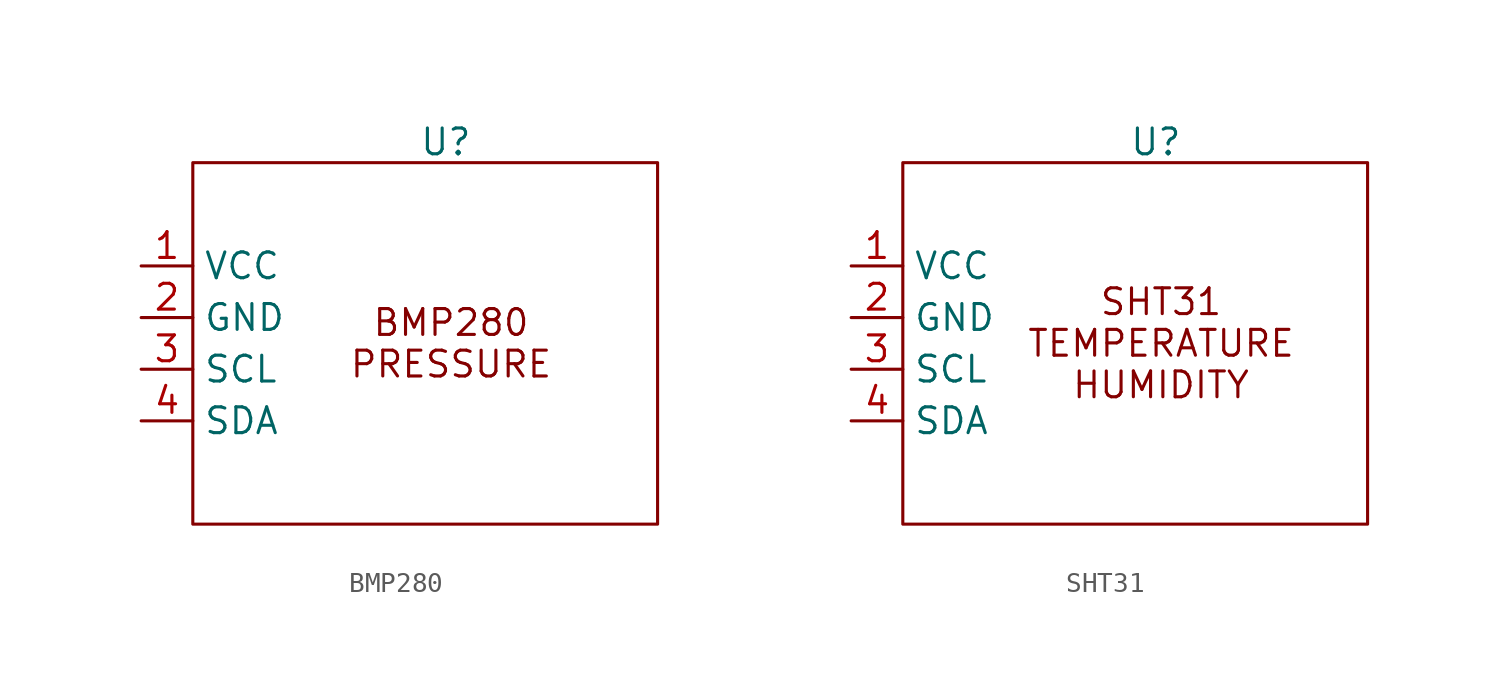
<source format=kicad_sym>
(kicad_symbol_lib
  (version 20231120)
  (generator "kicad_symbol_editor")
  (generator_version "8.0")
  (symbol "BMP280"
    (property "Reference" "U"
      (at 14.986 6.096 0)
      (effects (font (size 1.27 1.27))))
    (property "Value" ""
      (at 2.54 -11.43 0)
      (effects (font (size 1.27 1.27))))
    (symbol "BMP280_0_1"
      (rectangle (start 2.54 5.08) (end 25.4 -12.7) (stroke (width 0) (type default)) (fill (type none))))
    (symbol "BMP280_1_1"
      (text "BMP280\nPRESSURE" (at 15.24 -3.81 0) (effects (font (size 1.27 1.27))))
      (pin power_in line (at 0 0 0) (length 2.54) (name "VCC" (effects (font (size 1.27 1.27)))) (number "1" (effects (font (size 1.27 1.27)))))
      (pin power_in line (at 0 -2.54 0) (length 2.54) (name "GND" (effects (font (size 1.27 1.27)))) (number "2" (effects (font (size 1.27 1.27)))))
      (pin bidirectional line (at 0 -5.08 0) (length 2.54) (name "SCL" (effects (font (size 1.27 1.27)))) (number "3" (effects (font (size 1.27 1.27)))))
      (pin bidirectional line (at 0 -7.62 0) (length 2.54) (name "SDA" (effects (font (size 1.27 1.27)))) (number "4" (effects (font (size 1.27 1.27)))))))
  (symbol "SHT31"
    (property "Reference" "U"
      (at 14.986 6.096 0)
      (effects (font (size 1.27 1.27))))
    (property "Value" ""
      (at 2.54 -11.43 0)
      (effects (font (size 1.27 1.27))))
    (symbol "SHT31_0_1"
      (rectangle (start 2.54 5.08) (end 25.4 -12.7) (stroke (width 0) (type default)) (fill (type none))))
    (symbol "SHT31_1_1"
      (text "SHT31\nTEMPERATURE\nHUMIDITY" (at 15.24 -3.81 0) (effects (font (size 1.27 1.27))))
      (pin power_in line (at 0 0 0) (length 2.54) (name "VCC" (effects (font (size 1.27 1.27)))) (number "1" (effects (font (size 1.27 1.27)))))
      (pin power_in line (at 0 -2.54 0) (length 2.54) (name "GND" (effects (font (size 1.27 1.27)))) (number "2" (effects (font (size 1.27 1.27)))))
      (pin bidirectional line (at 0 -5.08 0) (length 2.54) (name "SCL" (effects (font (size 1.27 1.27)))) (number "3" (effects (font (size 1.27 1.27)))))
      (pin bidirectional line (at 0 -7.62 0) (length 2.54) (name "SDA" (effects (font (size 1.27 1.27)))) (number "4" (effects (font (size 1.27 1.27))))))))
</source>
